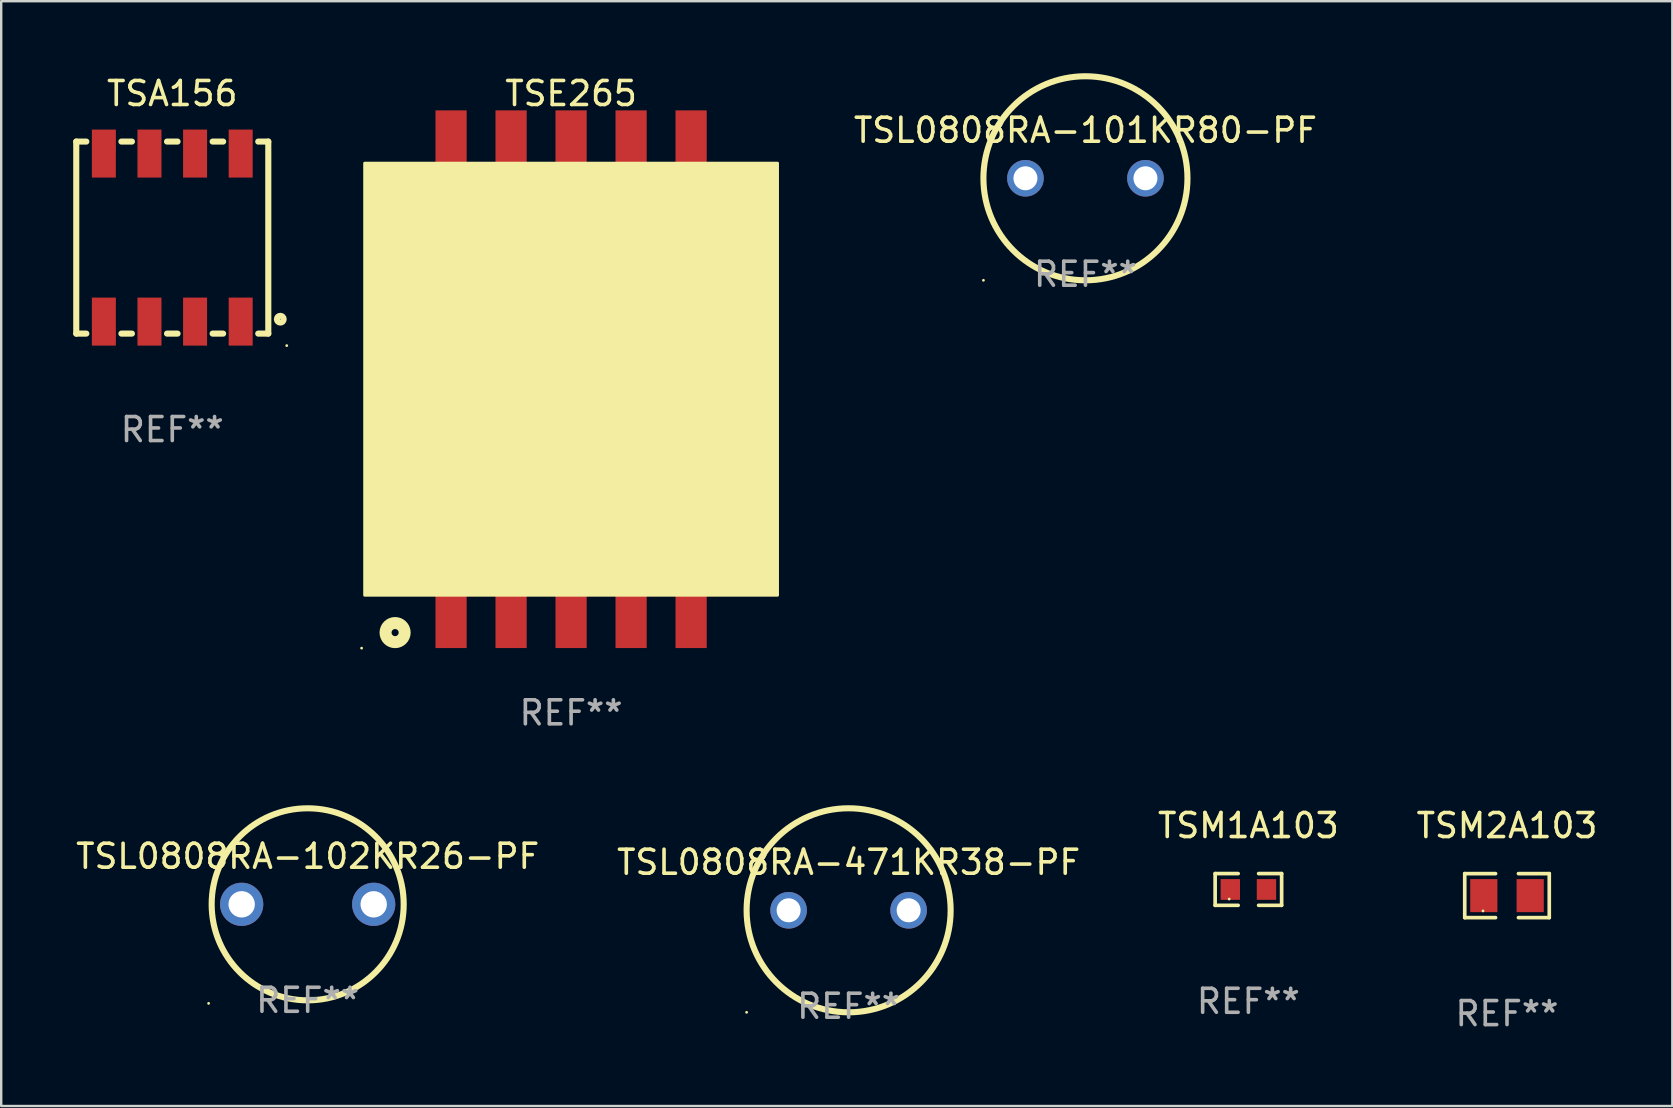
<source format=kicad_pcb>
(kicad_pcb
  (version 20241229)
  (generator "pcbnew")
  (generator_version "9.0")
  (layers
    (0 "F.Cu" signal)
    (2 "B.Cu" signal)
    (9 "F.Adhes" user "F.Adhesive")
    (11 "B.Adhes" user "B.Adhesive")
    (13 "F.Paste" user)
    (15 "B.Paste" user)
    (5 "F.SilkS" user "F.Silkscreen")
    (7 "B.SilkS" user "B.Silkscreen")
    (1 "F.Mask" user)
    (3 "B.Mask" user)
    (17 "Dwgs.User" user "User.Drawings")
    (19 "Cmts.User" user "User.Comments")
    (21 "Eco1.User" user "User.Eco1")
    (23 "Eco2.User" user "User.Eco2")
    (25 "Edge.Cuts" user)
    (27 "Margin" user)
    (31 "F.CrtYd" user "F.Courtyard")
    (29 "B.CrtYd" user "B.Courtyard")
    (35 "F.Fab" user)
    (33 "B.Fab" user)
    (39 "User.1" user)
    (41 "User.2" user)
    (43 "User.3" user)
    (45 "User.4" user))
  (footprint "TSE265"
    (layer "F.Cu")
    (at 20.742 12.748)
    (property "Reference" "TSE265" (at 0 -11.9 0) (layer "F.SilkS") (effects (font (size 1 1) (thickness 0.15))))
    (attr through_hole)
    (fp_arc (start -4.981941 2.674523) (mid -3.73194 1.424536) (end -2.481941 2.674524) (stroke (width 0.254001) (type solid)) (layer "F.SilkS"))
    (fp_arc (start -4.954966 -2.527635) (mid -3.704966 -2.822719) (end -2.454967 -2.527635) (stroke (width 0.254001) (type solid)) (layer "F.SilkS"))
    (fp_arc (start -2.476988 2.667157) (mid -1.226987 1.41717) (end 0.023012 2.667158) (stroke (width 0.254001) (type solid)) (layer "F.SilkS"))
    (fp_arc (start -2.474956 -2.533274) (mid -1.224956 -2.828358) (end 0.025044 -2.533274) (stroke (width 0.254001) (type solid)) (layer "F.SilkS"))
    (fp_arc (start 0.023012 2.667157) (mid 1.273013 1.41717) (end 2.523012 2.667158) (stroke (width 0.254001) (type solid)) (layer "F.SilkS"))
    (fp_arc (start 0.025044 -2.533274) (mid 1.275044 -2.828358) (end 2.525044 -2.533274) (stroke (width 0.254001) (type solid)) (layer "F.SilkS"))
    (fp_arc (start 2.503023 2.66152) (mid 3.753023 1.411532) (end 5.003023 2.661519) (stroke (width 0.254001) (type solid)) (layer "F.SilkS"))
    (fp_arc (start 2.529997 -2.54064) (mid 3.779997 -2.835724) (end 5.029997 -2.54064) (stroke (width 0.254001) (type solid)) (layer "F.SilkS"))
    (fp_circle (center -8.727 11.204) (end -8.697 11.204) (stroke (width 0.06) (type solid)) (fill no) (layer "F.SilkS"))
    (fp_circle (center -7.332 10.556) (end -6.934 10.556) (stroke (width 0.5) (type solid)) (fill no) (layer "F.SilkS"))
    (fp_poly (pts (xy -8.6 -9) (xy 8.6 -9) (xy 8.6 9) (xy -8.6 9)) (stroke (width 0.12) (type solid)) (fill yes) (layer "F.SilkS"))
    (fp_text user "REF**" (at 0 13.9 0) (layer "F.Fab") (effects (font (size 1 1) (thickness 0.15))))
    (pad "1" smd rect (at -5 9.9) (size 1.3 2.6) (layers "F.Cu" "F.Mask" "F.Paste"))
    (pad "2" smd rect (at -2.5 9.9) (size 1.3 2.6) (layers "F.Cu" "F.Mask" "F.Paste"))
    (pad "3" smd rect (at 0 9.9) (size 1.3 2.6) (layers "F.Cu" "F.Mask" "F.Paste"))
    (pad "4" smd rect (at 2.5 9.9) (size 1.3 2.6) (layers "F.Cu" "F.Mask" "F.Paste"))
    (pad "5" smd rect (at 5 9.9) (size 1.3 2.6) (layers "F.Cu" "F.Mask" "F.Paste"))
    (pad "6" smd rect (at 5 -9.9) (size 1.3 2.6) (layers "F.Cu" "F.Mask" "F.Paste"))
    (pad "7" smd rect (at 2.5 -9.9) (size 1.3 2.6) (layers "F.Cu" "F.Mask" "F.Paste"))
    (pad "8" smd rect (at 0 -9.9) (size 1.3 2.6) (layers "F.Cu" "F.Mask" "F.Paste"))
    (pad "9" smd rect (at -2.5 -9.9) (size 1.3 2.6) (layers "F.Cu" "F.Mask" "F.Paste"))
    (pad "10" smd rect (at -5 -9.9) (size 1.3 2.6) (layers "F.Cu" "F.Mask" "F.Paste")))
  (footprint "TSL0808RA-101KR80-PF"
    (layer "F.Cu")
    (at 42.17 4.377)
    (property "Reference" "TSL0808RA-101KR80-PF" (at 0 -2 0) (layer "F.SilkS") (effects (font (size 1 1) (thickness 0.15))))
    (attr through_hole)
    (fp_circle (center -4.25 4.25) (end -4.22 4.25) (stroke (width 0.06) (type solid)) (fill no) (layer "F.SilkS"))
    (fp_circle (center -0.000127 0) (end 4.25 0) (stroke (width 0.254) (type solid)) (fill no) (layer "F.SilkS"))
    (fp_text user "REF**" (at 0 4 0) (layer "F.Fab") (effects (font (size 1 1) (thickness 0.15))))
    (pad "1" thru_hole circle (at -2.5 0) (size 1.524 1.524) (drill 1) (layers "*.Cu" "*.Mask"))
    (pad "2" thru_hole circle (at 2.5 0) (size 1.524 1.524) (drill 1) (layers "*.Cu" "*.Mask")))
  (footprint "TSM1A103"
    (layer "F.Cu")
    (at 48.958 34.005)
    (property "Reference" "TSM1A103" (at 0 -2.661 0) (layer "F.SilkS") (effects (font (size 1 1) (thickness 0.15))))
    (attr through_hole)
    (fp_line (start -1.385 -0.661) (end -0.426 -0.661) (stroke (width 0.152) (type solid)) (layer "F.SilkS"))
    (fp_line (start -1.385 0.661) (end -1.385 -0.661) (stroke (width 0.152) (type solid)) (layer "F.SilkS"))
    (fp_line (start -0.426 0.661) (end -1.385 0.661) (stroke (width 0.152) (type solid)) (layer "F.SilkS"))
    (fp_line (start 0.426 0.661) (end 1.385 0.661) (stroke (width 0.152) (type solid)) (layer "F.SilkS"))
    (fp_line (start 1.385 -0.661) (end 0.426 -0.661) (stroke (width 0.152) (type solid)) (layer "F.SilkS"))
    (fp_line (start 1.385 0.661) (end 1.385 -0.661) (stroke (width 0.152) (type solid)) (layer "F.SilkS"))
    (fp_circle (center -0.8 0.4) (end -0.77 0.4) (stroke (width 0.06) (type solid)) (fill no) (layer "F.SilkS"))
    (fp_text user "REF**" (at 0 4.661 0) (layer "F.Fab") (effects (font (size 1 1) (thickness 0.15))))
    (pad "1" smd rect (at -0.753 0) (size 0.806 0.864) (layers "F.Cu" "F.Mask" "F.Paste"))
    (pad "2" smd rect (at 0.753 0) (size 0.806 0.864) (layers "F.Cu" "F.Mask" "F.Paste")))
  (footprint "TSL0808RA-471KR38-PF"
    (layer "F.Cu")
    (at 32.304 34.873)
    (property "Reference" "TSL0808RA-471KR38-PF" (at 0 -2 0) (layer "F.SilkS") (effects (font (size 1 1) (thickness 0.15))))
    (attr through_hole)
    (fp_circle (center -4.25 4.25) (end -4.22 4.25) (stroke (width 0.06) (type solid)) (fill no) (layer "F.SilkS"))
    (fp_circle (center -0.000127 0) (end 4.25 0) (stroke (width 0.254) (type solid)) (fill no) (layer "F.SilkS"))
    (fp_text user "REF**" (at 0 4 0) (layer "F.Fab") (effects (font (size 1 1) (thickness 0.15))))
    (pad "1" thru_hole circle (at -2.5 0) (size 1.524 1.524) (drill 1) (layers "*.Cu" "*.Mask"))
    (pad "2" thru_hole circle (at 2.5 0) (size 1.524 1.524) (drill 1) (layers "*.Cu" "*.Mask")))
  (footprint "TSM2A103"
    (layer "F.Cu")
    (at 59.732 34.262)
    (property "Reference" "TSM2A103" (at 0 -2.917 0) (layer "F.SilkS") (effects (font (size 1 1) (thickness 0.15))))
    (attr through_hole)
    (fp_line (start -1.761 -0.917) (end -0.476 -0.917) (stroke (width 0.152) (type solid)) (layer "F.SilkS"))
    (fp_line (start -1.761 0.917) (end -1.761 -0.917) (stroke (width 0.152) (type solid)) (layer "F.SilkS"))
    (fp_line (start -0.476 0.917) (end -1.761 0.917) (stroke (width 0.152) (type solid)) (layer "F.SilkS"))
    (fp_line (start 0.476 0.917) (end 1.761 0.917) (stroke (width 0.152) (type solid)) (layer "F.SilkS"))
    (fp_line (start 1.761 -0.917) (end 0.476 -0.917) (stroke (width 0.152) (type solid)) (layer "F.SilkS"))
    (fp_line (start 1.761 0.917) (end 1.761 -0.917) (stroke (width 0.152) (type solid)) (layer "F.SilkS"))
    (fp_circle (center -1 0.638) (end -0.97 0.638) (stroke (width 0.06) (type solid)) (fill no) (layer "F.SilkS"))
    (fp_text user "REF**" (at 0 4.917 0) (layer "F.Fab") (effects (font (size 1 1) (thickness 0.15))))
    (pad "1" smd rect (at -0.966 0) (size 1.133 1.377) (layers "F.Cu" "F.Mask" "F.Paste"))
    (pad "2" smd rect (at 0.966 0) (size 1.133 1.377) (layers "F.Cu" "F.Mask" "F.Paste")))
  (footprint "TSL0808RA-102KR26-PF"
    (layer "F.Cu")
    (at 9.768 34.624)
    (property "Reference" "TSL0808RA-102KR26-PF" (at 0 -2 0) (layer "F.SilkS") (effects (font (size 1 1) (thickness 0.15))))
    (attr through_hole)
    (fp_circle (center -4.127 4.127) (end -4.097 4.127) (stroke (width 0.06) (type solid)) (fill no) (layer "F.SilkS"))
    (fp_circle (center 0 0) (end 4 0) (stroke (width 0.254) (type solid)) (fill no) (layer "F.SilkS"))
    (fp_text user "REF**" (at 0 4 0) (layer "F.Fab") (effects (font (size 1 1) (thickness 0.15))))
    (pad "1" thru_hole circle (at -2.75 0) (size 1.8 1.8) (drill 1.1) (layers "*.Cu" "*.Mask"))
    (pad "2" thru_hole circle (at 2.75 0) (size 1.8 1.8) (drill 1.1) (layers "*.Cu" "*.Mask")))
  (footprint "TSA156"
    (layer "F.Cu")
    (at 4.127 6.848)
    (property "Reference" "TSA156" (at 0 -6 0) (layer "F.SilkS") (effects (font (size 1 1) (thickness 0.15))))
    (attr through_hole)
    (fp_line (start -4 -4) (end -3.581 -4) (stroke (width 0.254) (type solid)) (layer "F.SilkS"))
    (fp_line (start -4 4) (end -4 -4) (stroke (width 0.254) (type solid)) (layer "F.SilkS"))
    (fp_line (start -3.581 4) (end -4 4) (stroke (width 0.254) (type solid)) (layer "F.SilkS"))
    (fp_line (start -2.119 -4) (end -1.681 -4) (stroke (width 0.254) (type solid)) (layer "F.SilkS"))
    (fp_line (start -1.681 4) (end -2.119 4) (stroke (width 0.254) (type solid)) (layer "F.SilkS"))
    (fp_line (start -0.219 -4) (end 0.219 -4) (stroke (width 0.254) (type solid)) (layer "F.SilkS"))
    (fp_line (start 0.219 4) (end -0.219 4) (stroke (width 0.254) (type solid)) (layer "F.SilkS"))
    (fp_line (start 1.681 -4) (end 2.119 -4) (stroke (width 0.254) (type solid)) (layer "F.SilkS"))
    (fp_line (start 2.119 4) (end 1.681 4) (stroke (width 0.254) (type solid)) (layer "F.SilkS"))
    (fp_line (start 3.581 -4) (end 4 -4) (stroke (width 0.254) (type solid)) (layer "F.SilkS"))
    (fp_line (start 4 -4) (end 4 4) (stroke (width 0.254) (type solid)) (layer "F.SilkS"))
    (fp_line (start 4 4) (end 3.581 4) (stroke (width 0.254) (type solid)) (layer "F.SilkS"))
    (fp_circle (center 4.5 3.4) (end 4.641 3.4) (stroke (width 0.254) (type solid)) (fill no) (layer "F.SilkS"))
    (fp_circle (center 4.769 4.5) (end 4.799 4.5) (stroke (width 0.06) (type solid)) (fill no) (layer "F.SilkS"))
    (fp_text user "REF**" (at 0 8 0) (layer "F.Fab") (effects (font (size 1 1) (thickness 0.15))))
    (pad "1" smd rect (at 2.85 3.5 90) (size 2 1) (layers "F.Cu" "F.Mask" "F.Paste"))
    (pad "2" smd rect (at 0.95 3.5 90) (size 2 1) (layers "F.Cu" "F.Mask" "F.Paste"))
    (pad "3" smd rect (at -0.95 3.5 90) (size 2 1) (layers "F.Cu" "F.Mask" "F.Paste"))
    (pad "4" smd rect (at -2.85 3.5 90) (size 2 1) (layers "F.Cu" "F.Mask" "F.Paste"))
    (pad "5" smd rect (at -2.85 -3.5 90) (size 2 1) (layers "F.Cu" "F.Mask" "F.Paste"))
    (pad "6" smd rect (at -0.95 -3.5 90) (size 2 1) (layers "F.Cu" "F.Mask" "F.Paste"))
    (pad "7" smd rect (at 0.95 -3.5 90) (size 2 1) (layers "F.Cu" "F.Mask" "F.Paste"))
    (pad "8" smd rect (at 2.85 -3.5 90) (size 2 1) (layers "F.Cu" "F.Mask" "F.Paste")))
  (gr_rect
    (start -3 -3)
    (end 66.619 43.027)
    (stroke (width 0.1) (type default))
    (fill no)
    (layer "Edge.Cuts")))
</source>
